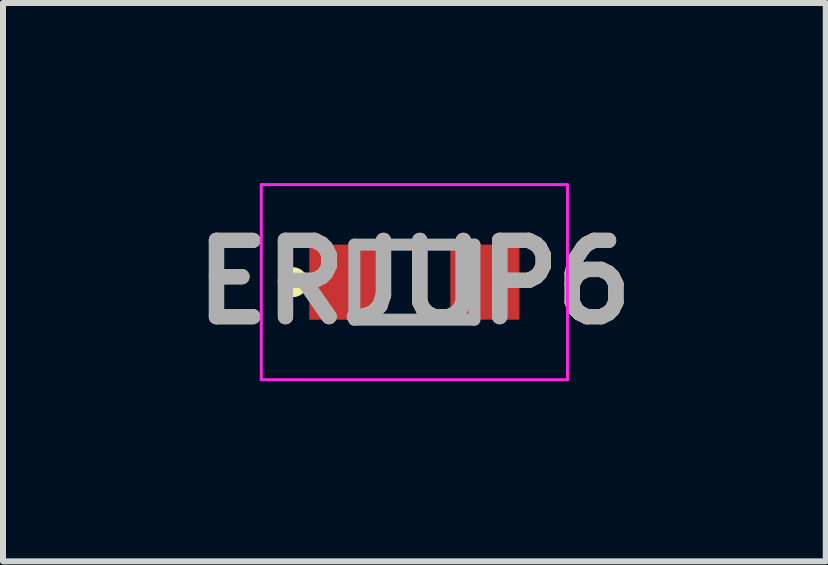
<source format=kicad_pcb>
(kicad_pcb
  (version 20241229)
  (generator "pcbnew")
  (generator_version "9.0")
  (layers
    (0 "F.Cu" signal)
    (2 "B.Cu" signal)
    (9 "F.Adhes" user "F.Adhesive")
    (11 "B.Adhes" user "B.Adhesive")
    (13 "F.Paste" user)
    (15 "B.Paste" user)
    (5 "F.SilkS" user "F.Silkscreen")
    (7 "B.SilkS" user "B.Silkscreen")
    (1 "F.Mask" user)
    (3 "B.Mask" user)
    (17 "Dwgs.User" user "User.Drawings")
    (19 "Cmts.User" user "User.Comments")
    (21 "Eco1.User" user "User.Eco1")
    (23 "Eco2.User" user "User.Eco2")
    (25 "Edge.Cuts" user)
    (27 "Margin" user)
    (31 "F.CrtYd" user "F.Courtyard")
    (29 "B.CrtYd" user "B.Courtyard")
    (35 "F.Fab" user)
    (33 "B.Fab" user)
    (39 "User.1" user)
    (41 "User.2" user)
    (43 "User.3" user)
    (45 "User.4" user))
  (footprint "ERJUP6"
    (layer "F.Cu")
    (at 3.852 1.65)
    (property "Reference" "ERJUP6" (at 0 0 0) (layer "F.SilkS") (effects (font (size 1.27 1.27) (thickness 0.254))))
    (attr smd)
    (fp_circle (center -2.025 0) (end -2.025 0.05) (stroke (width 0.2) (type solid)) (fill no) (layer "F.SilkS"))
    (fp_line (start -2.55 -1.625) (end 2.55 -1.625) (stroke (width 0.05) (type solid)) (layer "F.CrtYd"))
    (fp_line (start -2.55 1.625) (end -2.55 -1.625) (stroke (width 0.05) (type solid)) (layer "F.CrtYd"))
    (fp_line (start 2.55 -1.625) (end 2.55 1.625) (stroke (width 0.05) (type solid)) (layer "F.CrtYd"))
    (fp_line (start 2.55 1.625) (end -2.55 1.625) (stroke (width 0.05) (type solid)) (layer "F.CrtYd"))
    (fp_line (start -1 -0.625) (end 1 -0.625) (stroke (width 0.2) (type solid)) (layer "F.Fab"))
    (fp_line (start -1 0.625) (end -1 -0.625) (stroke (width 0.2) (type solid)) (layer "F.Fab"))
    (fp_line (start 1 -0.625) (end 1 0.625) (stroke (width 0.2) (type solid)) (layer "F.Fab"))
    (fp_line (start 1 0.625) (end -1 0.625) (stroke (width 0.2) (type solid)) (layer "F.Fab"))
    (fp_text user "${REFERENCE}" (at 0 0 0) (layer "F.Fab") (effects (font (size 1.27 1.27) (thickness 0.254))))
    (pad "1" smd rect (at -1.175 0) (size 1.15 1.25) (layers "F.Cu" "F.Mask" "F.Paste"))
    (pad "2" smd rect (at 1.175 0) (size 1.15 1.25) (layers "F.Cu" "F.Mask" "F.Paste")))
  (gr_rect
    (start -3 -3)
    (end 10.705 6.3)
    (stroke (width 0.1) (type default))
    (fill no)
    (layer "Edge.Cuts")))
</source>
